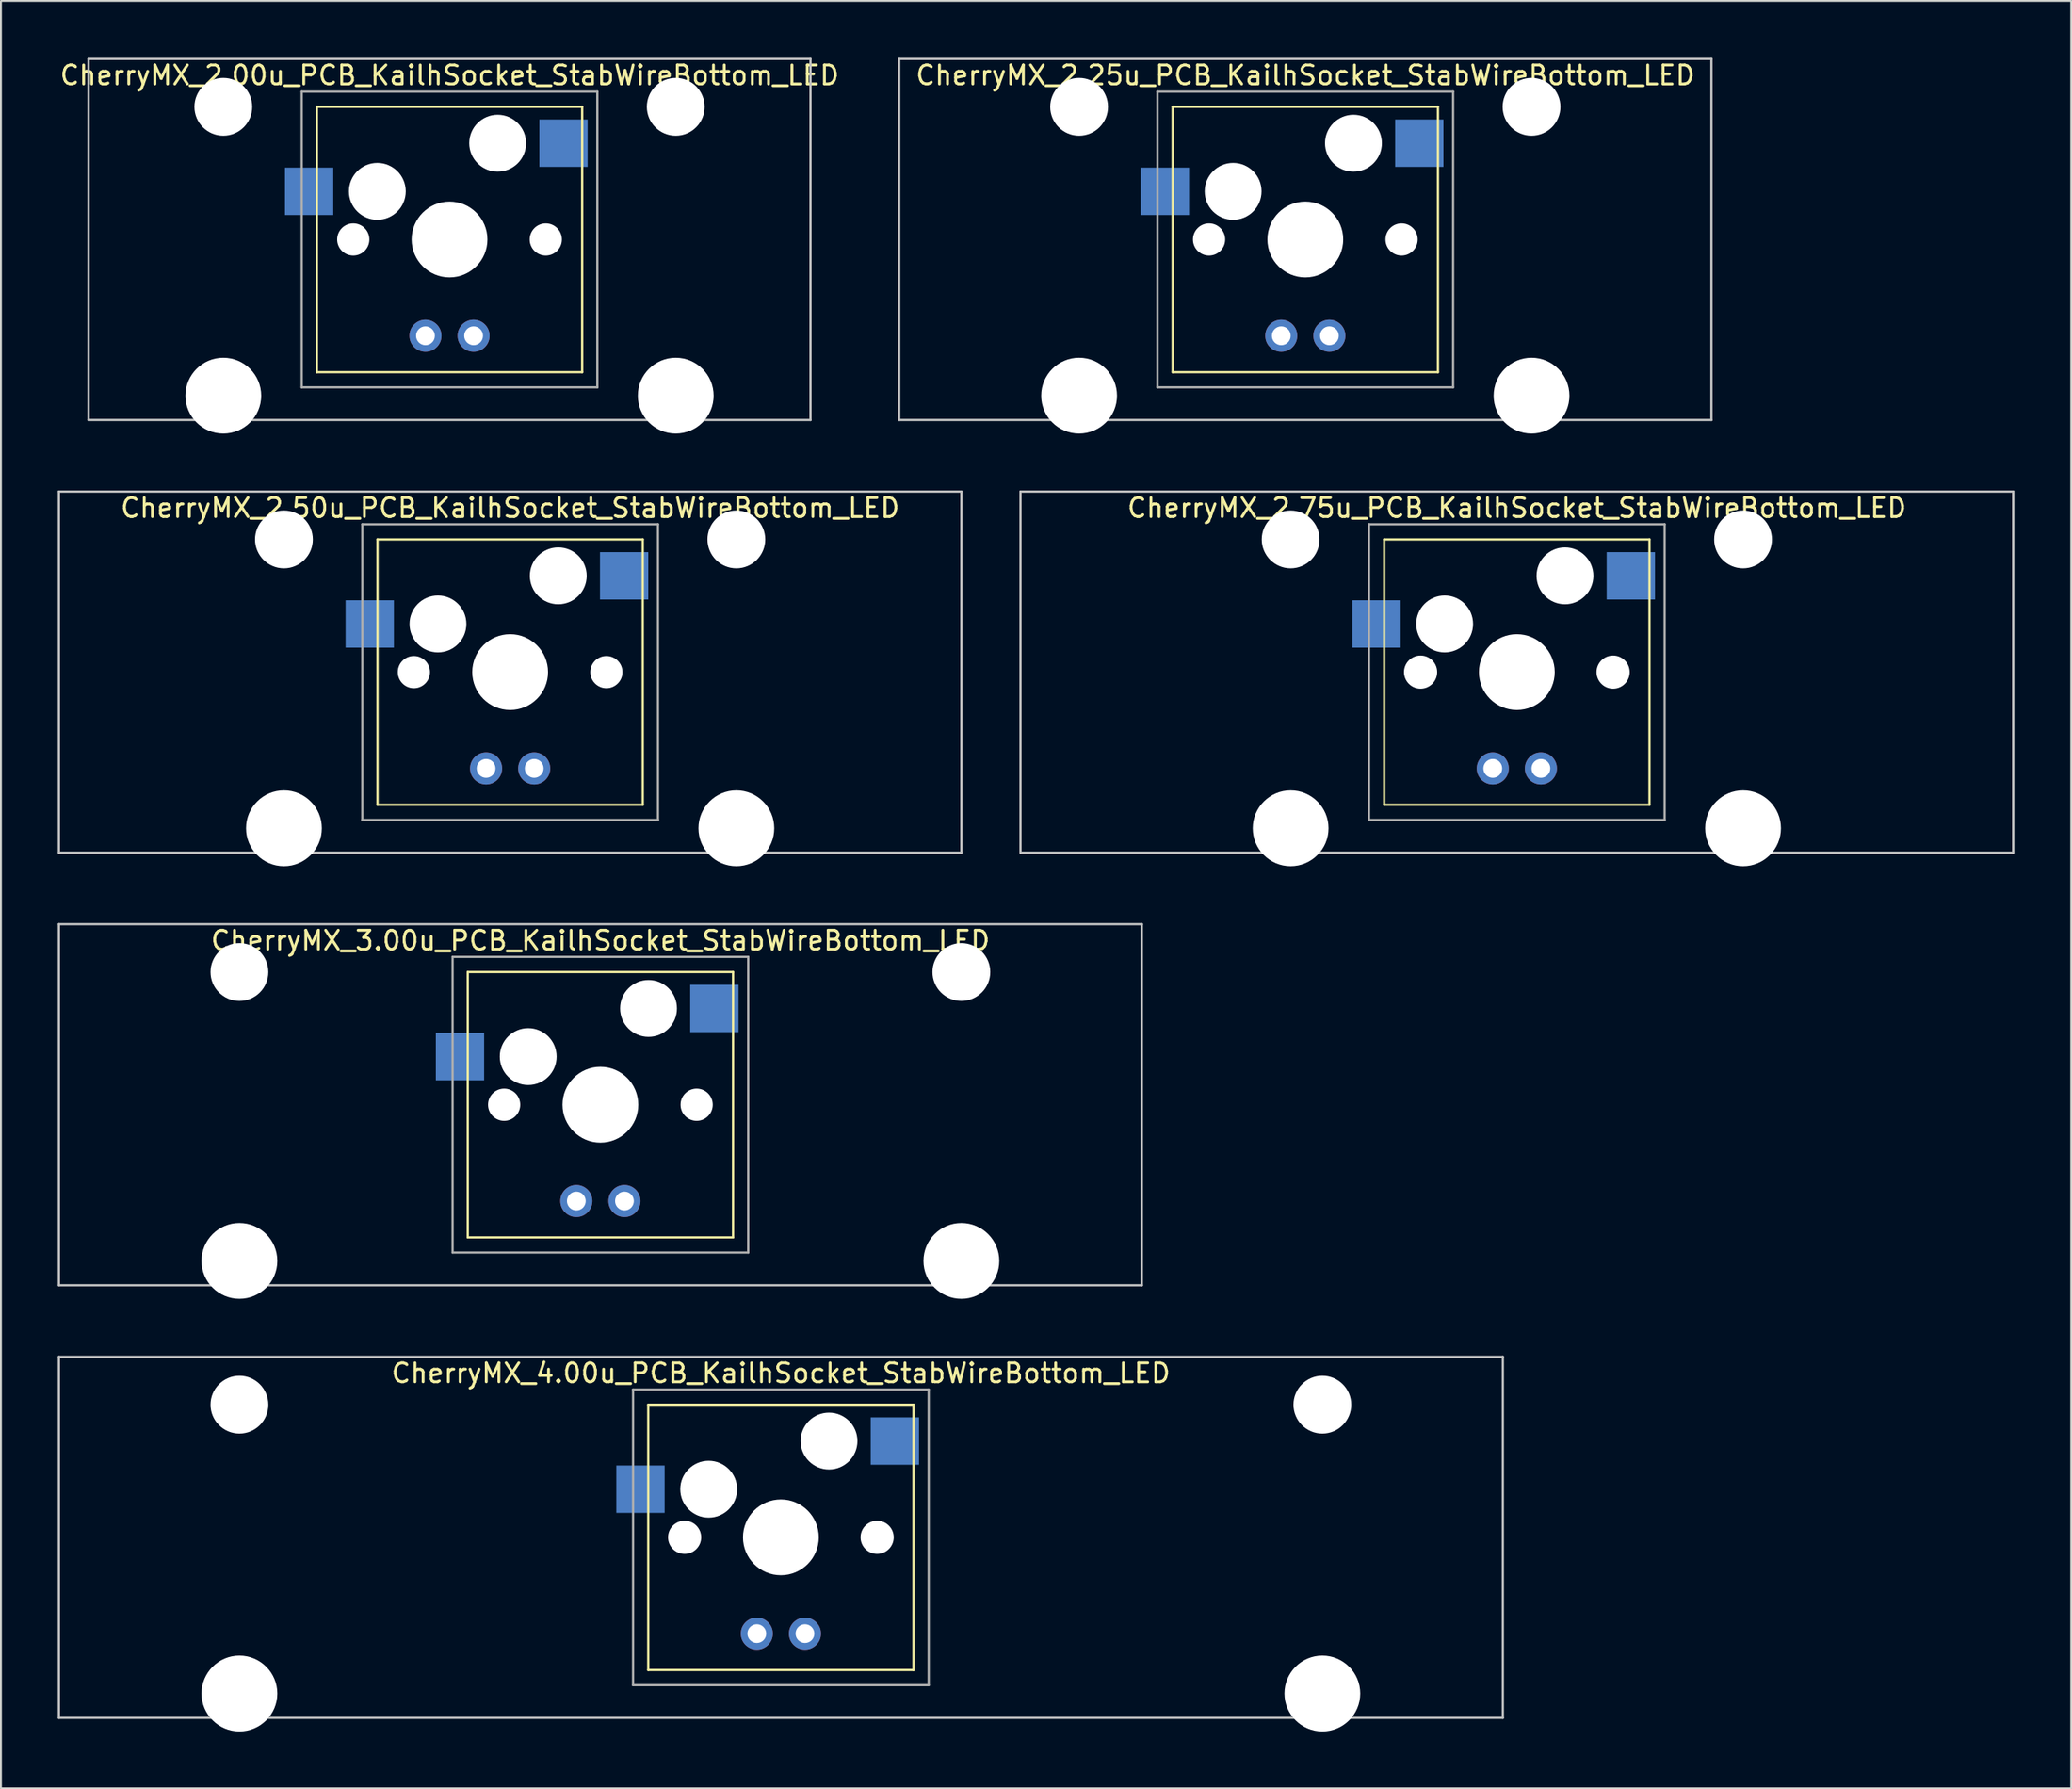
<source format=kicad_pcb>
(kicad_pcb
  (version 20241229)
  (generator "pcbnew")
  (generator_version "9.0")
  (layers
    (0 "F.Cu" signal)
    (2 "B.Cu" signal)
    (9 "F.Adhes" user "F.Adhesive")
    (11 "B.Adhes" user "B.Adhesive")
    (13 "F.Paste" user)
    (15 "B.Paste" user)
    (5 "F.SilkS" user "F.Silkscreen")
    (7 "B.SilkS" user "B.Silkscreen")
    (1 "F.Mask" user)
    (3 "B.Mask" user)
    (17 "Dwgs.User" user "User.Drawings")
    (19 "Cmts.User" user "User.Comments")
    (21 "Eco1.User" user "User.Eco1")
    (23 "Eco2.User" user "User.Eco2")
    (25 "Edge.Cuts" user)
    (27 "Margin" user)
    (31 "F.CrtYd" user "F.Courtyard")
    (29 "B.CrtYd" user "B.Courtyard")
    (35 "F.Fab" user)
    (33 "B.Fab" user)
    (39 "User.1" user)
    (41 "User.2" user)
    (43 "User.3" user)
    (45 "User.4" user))
  (footprint "CherryMX_2.00u_PCB_KailhSocket_StabWireBottom_LED"
    (layer "F.Cu")
    (at 20.673 9.585)
    (property "Reference" "CherryMX_2.00u_PCB_KailhSocket_StabWireBottom_LED" (at 0 -8.662 0) (layer "F.SilkS") (effects (font (size 1 1) (thickness 0.15))))
    (attr through_hole)
    (fp_line (start -7 -7) (end -7 7) (stroke (width 0.12) (type solid)) (layer "F.SilkS"))
    (fp_line (start -7 -7) (end 7 -7) (stroke (width 0.12) (type solid)) (layer "F.SilkS"))
    (fp_line (start 7 -7) (end 7 7) (stroke (width 0.12) (type solid)) (layer "F.SilkS"))
    (fp_line (start 7 7) (end -7 7) (stroke (width 0.12) (type solid)) (layer "F.SilkS"))
    (fp_line (start -19.05 -9.525) (end 19.05 -9.525) (stroke (width 0.12) (type solid)) (layer "Dwgs.User"))
    (fp_line (start -19.05 9.525) (end -19.05 -9.525) (stroke (width 0.12) (type solid)) (layer "Dwgs.User"))
    (fp_line (start 19.05 -9.525) (end 19.05 9.525) (stroke (width 0.12) (type solid)) (layer "Dwgs.User"))
    (fp_line (start 19.05 9.525) (end -19.05 9.525) (stroke (width 0.12) (type solid)) (layer "Dwgs.User"))
    (fp_line (start -7.8 -7.8) (end -7.8 7.8) (stroke (width 0.12) (type solid)) (layer "F.Fab"))
    (fp_line (start -7.8 -7.8) (end 7.8 -7.8) (stroke (width 0.12) (type solid)) (layer "F.Fab"))
    (fp_line (start -7.8 7.8) (end 7.8 7.8) (stroke (width 0.12) (type solid)) (layer "F.Fab"))
    (fp_line (start 7.8 -7.8) (end 7.8 7.8) (stroke (width 0.12) (type solid)) (layer "F.Fab"))
    (pad "" np_thru_hole circle (at -11.938 -7) (size 3.05 3.05) (drill 3.05) (layers "*.Cu" "*.Mask"))
    (pad "" np_thru_hole circle (at -11.938 8.24) (size 4 4) (drill 4) (layers "*.Cu" "*.Mask"))
    (pad "" np_thru_hole circle (at -5.08 0) (size 1.7 1.7) (drill 1.7) (layers "*.Cu" "*.Mask"))
    (pad "" np_thru_hole circle (at -3.81 -2.54) (size 3 3) (drill 3) (layers "*.Cu" "*.Mask"))
    (pad "" np_thru_hole circle (at 0 0) (size 4 4) (drill 4) (layers "*.Cu" "*.Mask"))
    (pad "" np_thru_hole circle (at 2.54 -5.08) (size 3 3) (drill 3) (layers "*.Cu" "*.Mask"))
    (pad "" np_thru_hole circle (at 5.08 0) (size 1.7 1.7) (drill 1.7) (layers "*.Cu" "*.Mask"))
    (pad "" np_thru_hole circle (at 11.938 -7) (size 3.05 3.05) (drill 3.05) (layers "*.Cu" "*.Mask"))
    (pad "" np_thru_hole circle (at 11.938 8.24) (size 4 4) (drill 4) (layers "*.Cu" "*.Mask"))
    (pad "1" smd rect (at -7.41 -2.54) (size 2.55 2.5) (layers "B.Cu" "B.Mask" "B.Paste"))
    (pad "2" smd rect (at 6.015 -5.08) (size 2.55 2.5) (layers "B.Cu" "B.Mask" "B.Paste"))
    (pad "3" thru_hole circle (at -1.27 5.08) (size 1.691 1.691) (drill 0.991) (layers "*.Cu" "*.Mask"))
    (pad "4" thru_hole circle (at 1.27 5.08) (size 1.691 1.691) (drill 0.991) (layers "*.Cu" "*.Mask")))
  (footprint "CherryMX_2.75u_PCB_KailhSocket_StabWireBottom_LED"
    (layer "F.Cu")
    (at 76.999 32.41)
    (property "Reference" "CherryMX_2.75u_PCB_KailhSocket_StabWireBottom_LED" (at 0 -8.662 0) (layer "F.SilkS") (effects (font (size 1 1) (thickness 0.15))))
    (attr through_hole)
    (fp_line (start -7 -7) (end -7 7) (stroke (width 0.12) (type solid)) (layer "F.SilkS"))
    (fp_line (start -7 -7) (end 7 -7) (stroke (width 0.12) (type solid)) (layer "F.SilkS"))
    (fp_line (start 7 -7) (end 7 7) (stroke (width 0.12) (type solid)) (layer "F.SilkS"))
    (fp_line (start 7 7) (end -7 7) (stroke (width 0.12) (type solid)) (layer "F.SilkS"))
    (fp_line (start -26.194 -9.525) (end 26.194 -9.525) (stroke (width 0.12) (type solid)) (layer "Dwgs.User"))
    (fp_line (start -26.194 9.525) (end -26.194 -9.525) (stroke (width 0.12) (type solid)) (layer "Dwgs.User"))
    (fp_line (start 26.194 -9.525) (end 26.194 9.525) (stroke (width 0.12) (type solid)) (layer "Dwgs.User"))
    (fp_line (start 26.194 9.525) (end -26.194 9.525) (stroke (width 0.12) (type solid)) (layer "Dwgs.User"))
    (fp_line (start -7.8 -7.8) (end -7.8 7.8) (stroke (width 0.12) (type solid)) (layer "F.Fab"))
    (fp_line (start -7.8 -7.8) (end 7.8 -7.8) (stroke (width 0.12) (type solid)) (layer "F.Fab"))
    (fp_line (start -7.8 7.8) (end 7.8 7.8) (stroke (width 0.12) (type solid)) (layer "F.Fab"))
    (fp_line (start 7.8 -7.8) (end 7.8 7.8) (stroke (width 0.12) (type solid)) (layer "F.Fab"))
    (pad "" np_thru_hole circle (at -11.938 -7) (size 3.05 3.05) (drill 3.05) (layers "*.Cu" "*.Mask"))
    (pad "" np_thru_hole circle (at -11.938 8.24) (size 4 4) (drill 4) (layers "*.Cu" "*.Mask"))
    (pad "" np_thru_hole circle (at -5.08 0) (size 1.75 1.75) (drill 1.75) (layers "*.Cu" "*.Mask"))
    (pad "" np_thru_hole circle (at -3.81 -2.54) (size 3 3) (drill 3) (layers "*.Cu" "*.Mask"))
    (pad "" np_thru_hole circle (at 0 0) (size 4 4) (drill 4) (layers "*.Cu" "*.Mask"))
    (pad "" np_thru_hole circle (at 2.54 -5.08) (size 3 3) (drill 3) (layers "*.Cu" "*.Mask"))
    (pad "" np_thru_hole circle (at 5.08 0) (size 1.75 1.75) (drill 1.75) (layers "*.Cu" "*.Mask"))
    (pad "" np_thru_hole circle (at 11.938 -7) (size 3.05 3.05) (drill 3.05) (layers "*.Cu" "*.Mask"))
    (pad "" np_thru_hole circle (at 11.938 8.24) (size 4 4) (drill 4) (layers "*.Cu" "*.Mask"))
    (pad "1" smd rect (at -7.41 -2.54) (size 2.55 2.5) (layers "B.Cu" "B.Mask" "B.Paste"))
    (pad "2" smd rect (at 6.015 -5.08) (size 2.55 2.5) (layers "B.Cu" "B.Mask" "B.Paste"))
    (pad "3" thru_hole circle (at -1.27 5.08) (size 1.691 1.691) (drill 0.991) (layers "*.Cu" "*.Mask"))
    (pad "4" thru_hole circle (at 1.27 5.08) (size 1.691 1.691) (drill 0.991) (layers "*.Cu" "*.Mask")))
  (footprint "CherryMX_4.00u_PCB_KailhSocket_StabWireBottom_LED"
    (layer "F.Cu")
    (at 38.16 78.06)
    (property "Reference" "CherryMX_4.00u_PCB_KailhSocket_StabWireBottom_LED" (at 0 -8.662 0) (layer "F.SilkS") (effects (font (size 1 1) (thickness 0.15))))
    (attr through_hole)
    (fp_line (start -7 -7) (end -7 7) (stroke (width 0.12) (type solid)) (layer "F.SilkS"))
    (fp_line (start -7 -7) (end 7 -7) (stroke (width 0.12) (type solid)) (layer "F.SilkS"))
    (fp_line (start 7 -7) (end 7 7) (stroke (width 0.12) (type solid)) (layer "F.SilkS"))
    (fp_line (start 7 7) (end -7 7) (stroke (width 0.12) (type solid)) (layer "F.SilkS"))
    (fp_line (start -38.1 -9.525) (end 38.1 -9.525) (stroke (width 0.12) (type solid)) (layer "Dwgs.User"))
    (fp_line (start -38.1 9.525) (end -38.1 -9.525) (stroke (width 0.12) (type solid)) (layer "Dwgs.User"))
    (fp_line (start 38.1 -9.525) (end 38.1 9.525) (stroke (width 0.12) (type solid)) (layer "Dwgs.User"))
    (fp_line (start 38.1 9.525) (end -38.1 9.525) (stroke (width 0.12) (type solid)) (layer "Dwgs.User"))
    (fp_line (start -7.8 -7.8) (end -7.8 7.8) (stroke (width 0.12) (type solid)) (layer "F.Fab"))
    (fp_line (start -7.8 -7.8) (end 7.8 -7.8) (stroke (width 0.12) (type solid)) (layer "F.Fab"))
    (fp_line (start -7.8 7.8) (end 7.8 7.8) (stroke (width 0.12) (type solid)) (layer "F.Fab"))
    (fp_line (start 7.8 -7.8) (end 7.8 7.8) (stroke (width 0.12) (type solid)) (layer "F.Fab"))
    (pad "" np_thru_hole circle (at -28.575 -7) (size 3.05 3.05) (drill 3.05) (layers "*.Cu" "*.Mask"))
    (pad "" np_thru_hole circle (at -28.575 8.24) (size 4 4) (drill 4) (layers "*.Cu" "*.Mask"))
    (pad "" np_thru_hole circle (at -5.08 0) (size 1.75 1.75) (drill 1.75) (layers "*.Cu" "*.Mask"))
    (pad "" np_thru_hole circle (at -3.81 -2.54) (size 3 3) (drill 3) (layers "*.Cu" "*.Mask"))
    (pad "" np_thru_hole circle (at 0 0) (size 4 4) (drill 4) (layers "*.Cu" "*.Mask"))
    (pad "" np_thru_hole circle (at 2.54 -5.08) (size 3 3) (drill 3) (layers "*.Cu" "*.Mask"))
    (pad "" np_thru_hole circle (at 5.08 0) (size 1.75 1.75) (drill 1.75) (layers "*.Cu" "*.Mask"))
    (pad "" np_thru_hole circle (at 28.575 -7) (size 3.05 3.05) (drill 3.05) (layers "*.Cu" "*.Mask"))
    (pad "" np_thru_hole circle (at 28.575 8.24) (size 4 4) (drill 4) (layers "*.Cu" "*.Mask"))
    (pad "1" smd rect (at -7.41 -2.54) (size 2.55 2.5) (layers "B.Cu" "B.Mask" "B.Paste"))
    (pad "2" smd rect (at 6.015 -5.08) (size 2.55 2.5) (layers "B.Cu" "B.Mask" "B.Paste"))
    (pad "3" thru_hole circle (at -1.27 5.08) (size 1.691 1.691) (drill 0.991) (layers "*.Cu" "*.Mask"))
    (pad "4" thru_hole circle (at 1.27 5.08) (size 1.691 1.691) (drill 0.991) (layers "*.Cu" "*.Mask")))
  (footprint "CherryMX_3.00u_PCB_KailhSocket_StabWireBottom_LED"
    (layer "F.Cu")
    (at 28.635 55.235)
    (property "Reference" "CherryMX_3.00u_PCB_KailhSocket_StabWireBottom_LED" (at 0 -8.662 0) (layer "F.SilkS") (effects (font (size 1 1) (thickness 0.15))))
    (attr through_hole)
    (fp_line (start -7 -7) (end -7 7) (stroke (width 0.12) (type solid)) (layer "F.SilkS"))
    (fp_line (start -7 -7) (end 7 -7) (stroke (width 0.12) (type solid)) (layer "F.SilkS"))
    (fp_line (start 7 -7) (end 7 7) (stroke (width 0.12) (type solid)) (layer "F.SilkS"))
    (fp_line (start 7 7) (end -7 7) (stroke (width 0.12) (type solid)) (layer "F.SilkS"))
    (fp_line (start -28.575 -9.525) (end 28.575 -9.525) (stroke (width 0.12) (type solid)) (layer "Dwgs.User"))
    (fp_line (start -28.575 9.525) (end -28.575 -9.525) (stroke (width 0.12) (type solid)) (layer "Dwgs.User"))
    (fp_line (start 28.575 -9.525) (end 28.575 9.525) (stroke (width 0.12) (type solid)) (layer "Dwgs.User"))
    (fp_line (start 28.575 9.525) (end -28.575 9.525) (stroke (width 0.12) (type solid)) (layer "Dwgs.User"))
    (fp_line (start -7.8 -7.8) (end -7.8 7.8) (stroke (width 0.12) (type solid)) (layer "F.Fab"))
    (fp_line (start -7.8 -7.8) (end 7.8 -7.8) (stroke (width 0.12) (type solid)) (layer "F.Fab"))
    (fp_line (start -7.8 7.8) (end 7.8 7.8) (stroke (width 0.12) (type solid)) (layer "F.Fab"))
    (fp_line (start 7.8 -7.8) (end 7.8 7.8) (stroke (width 0.12) (type solid)) (layer "F.Fab"))
    (pad "" np_thru_hole circle (at -19.05 -7) (size 3.05 3.05) (drill 3.05) (layers "*.Cu" "*.Mask"))
    (pad "" np_thru_hole circle (at -19.05 8.24) (size 4 4) (drill 4) (layers "*.Cu" "*.Mask"))
    (pad "" np_thru_hole circle (at -5.08 0) (size 1.7 1.7) (drill 1.7) (layers "*.Cu" "*.Mask"))
    (pad "" np_thru_hole circle (at -3.81 -2.54) (size 3 3) (drill 3) (layers "*.Cu" "*.Mask"))
    (pad "" np_thru_hole circle (at 0 0) (size 4 4) (drill 4) (layers "*.Cu" "*.Mask"))
    (pad "" np_thru_hole circle (at 2.54 -5.08) (size 3 3) (drill 3) (layers "*.Cu" "*.Mask"))
    (pad "" np_thru_hole circle (at 5.08 0) (size 1.7 1.7) (drill 1.7) (layers "*.Cu" "*.Mask"))
    (pad "" np_thru_hole circle (at 19.05 -7) (size 3.05 3.05) (drill 3.05) (layers "*.Cu" "*.Mask"))
    (pad "" np_thru_hole circle (at 19.05 8.24) (size 4 4) (drill 4) (layers "*.Cu" "*.Mask"))
    (pad "1" smd rect (at -7.41 -2.54) (size 2.55 2.5) (layers "B.Cu" "B.Mask" "B.Paste"))
    (pad "2" smd rect (at 6.015 -5.08) (size 2.55 2.5) (layers "B.Cu" "B.Mask" "B.Paste"))
    (pad "3" thru_hole circle (at -1.27 5.08) (size 1.691 1.691) (drill 0.991) (layers "*.Cu" "*.Mask"))
    (pad "4" thru_hole circle (at 1.27 5.08) (size 1.691 1.691) (drill 0.991) (layers "*.Cu" "*.Mask")))
  (footprint "CherryMX_2.50u_PCB_KailhSocket_StabWireBottom_LED"
    (layer "F.Cu")
    (at 23.872 32.41)
    (property "Reference" "CherryMX_2.50u_PCB_KailhSocket_StabWireBottom_LED" (at 0 -8.662 0) (layer "F.SilkS") (effects (font (size 1 1) (thickness 0.15))))
    (attr through_hole)
    (fp_line (start -7 -7) (end -7 7) (stroke (width 0.12) (type solid)) (layer "F.SilkS"))
    (fp_line (start -7 -7) (end 7 -7) (stroke (width 0.12) (type solid)) (layer "F.SilkS"))
    (fp_line (start 7 -7) (end 7 7) (stroke (width 0.12) (type solid)) (layer "F.SilkS"))
    (fp_line (start 7 7) (end -7 7) (stroke (width 0.12) (type solid)) (layer "F.SilkS"))
    (fp_line (start -23.812 -9.525) (end 23.812 -9.525) (stroke (width 0.12) (type solid)) (layer "Dwgs.User"))
    (fp_line (start -23.812 9.525) (end -23.812 -9.525) (stroke (width 0.12) (type solid)) (layer "Dwgs.User"))
    (fp_line (start 23.812 -9.525) (end 23.812 9.525) (stroke (width 0.12) (type solid)) (layer "Dwgs.User"))
    (fp_line (start 23.812 9.525) (end -23.812 9.525) (stroke (width 0.12) (type solid)) (layer "Dwgs.User"))
    (fp_line (start -7.8 -7.8) (end -7.8 7.8) (stroke (width 0.12) (type solid)) (layer "F.Fab"))
    (fp_line (start -7.8 -7.8) (end 7.8 -7.8) (stroke (width 0.12) (type solid)) (layer "F.Fab"))
    (fp_line (start -7.8 7.8) (end 7.8 7.8) (stroke (width 0.12) (type solid)) (layer "F.Fab"))
    (fp_line (start 7.8 -7.8) (end 7.8 7.8) (stroke (width 0.12) (type solid)) (layer "F.Fab"))
    (pad "" np_thru_hole circle (at -11.938 -7) (size 3.05 3.05) (drill 3.05) (layers "*.Cu" "*.Mask"))
    (pad "" np_thru_hole circle (at -11.938 8.24) (size 4 4) (drill 4) (layers "*.Cu" "*.Mask"))
    (pad "" np_thru_hole circle (at -5.08 0) (size 1.7 1.7) (drill 1.7) (layers "*.Cu" "*.Mask"))
    (pad "" np_thru_hole circle (at -3.81 -2.54) (size 3 3) (drill 3) (layers "*.Cu" "*.Mask"))
    (pad "" np_thru_hole circle (at 0 0) (size 4 4) (drill 4) (layers "*.Cu" "*.Mask"))
    (pad "" np_thru_hole circle (at 2.54 -5.08) (size 3 3) (drill 3) (layers "*.Cu" "*.Mask"))
    (pad "" np_thru_hole circle (at 5.08 0) (size 1.7 1.7) (drill 1.7) (layers "*.Cu" "*.Mask"))
    (pad "" np_thru_hole circle (at 11.938 -7) (size 3.05 3.05) (drill 3.05) (layers "*.Cu" "*.Mask"))
    (pad "" np_thru_hole circle (at 11.938 8.24) (size 4 4) (drill 4) (layers "*.Cu" "*.Mask"))
    (pad "1" smd rect (at -7.41 -2.54) (size 2.55 2.5) (layers "B.Cu" "B.Mask" "B.Paste"))
    (pad "2" smd rect (at 6.015 -5.08) (size 2.55 2.5) (layers "B.Cu" "B.Mask" "B.Paste"))
    (pad "3" thru_hole circle (at -1.27 5.08) (size 1.691 1.691) (drill 0.991) (layers "*.Cu" "*.Mask"))
    (pad "4" thru_hole circle (at 1.27 5.08) (size 1.691 1.691) (drill 0.991) (layers "*.Cu" "*.Mask")))
  (footprint "CherryMX_2.25u_PCB_KailhSocket_StabWireBottom_LED"
    (layer "F.Cu")
    (at 65.836 9.585)
    (property "Reference" "CherryMX_2.25u_PCB_KailhSocket_StabWireBottom_LED" (at 0 -8.662 0) (layer "F.SilkS") (effects (font (size 1 1) (thickness 0.15))))
    (attr through_hole)
    (fp_line (start -7 -7) (end -7 7) (stroke (width 0.12) (type solid)) (layer "F.SilkS"))
    (fp_line (start -7 -7) (end 7 -7) (stroke (width 0.12) (type solid)) (layer "F.SilkS"))
    (fp_line (start 7 -7) (end 7 7) (stroke (width 0.12) (type solid)) (layer "F.SilkS"))
    (fp_line (start 7 7) (end -7 7) (stroke (width 0.12) (type solid)) (layer "F.SilkS"))
    (fp_line (start -21.431 -9.525) (end 21.431 -9.525) (stroke (width 0.12) (type solid)) (layer "Dwgs.User"))
    (fp_line (start -21.431 9.525) (end -21.431 -9.525) (stroke (width 0.12) (type solid)) (layer "Dwgs.User"))
    (fp_line (start 21.431 -9.525) (end 21.431 9.525) (stroke (width 0.12) (type solid)) (layer "Dwgs.User"))
    (fp_line (start 21.431 9.525) (end -21.431 9.525) (stroke (width 0.12) (type solid)) (layer "Dwgs.User"))
    (fp_line (start -7.8 -7.8) (end -7.8 7.8) (stroke (width 0.12) (type solid)) (layer "F.Fab"))
    (fp_line (start -7.8 -7.8) (end 7.8 -7.8) (stroke (width 0.12) (type solid)) (layer "F.Fab"))
    (fp_line (start -7.8 7.8) (end 7.8 7.8) (stroke (width 0.12) (type solid)) (layer "F.Fab"))
    (fp_line (start 7.8 -7.8) (end 7.8 7.8) (stroke (width 0.12) (type solid)) (layer "F.Fab"))
    (pad "" np_thru_hole circle (at -11.938 -7) (size 3.05 3.05) (drill 3.05) (layers "*.Cu" "*.Mask"))
    (pad "" np_thru_hole circle (at -11.938 8.24) (size 4 4) (drill 4) (layers "*.Cu" "*.Mask"))
    (pad "" np_thru_hole circle (at -5.08 0) (size 1.7 1.7) (drill 1.7) (layers "*.Cu" "*.Mask"))
    (pad "" np_thru_hole circle (at -3.81 -2.54) (size 3 3) (drill 3) (layers "*.Cu" "*.Mask"))
    (pad "" np_thru_hole circle (at 0 0) (size 4 4) (drill 4) (layers "*.Cu" "*.Mask"))
    (pad "" np_thru_hole circle (at 2.54 -5.08) (size 3 3) (drill 3) (layers "*.Cu" "*.Mask"))
    (pad "" np_thru_hole circle (at 5.08 0) (size 1.7 1.7) (drill 1.7) (layers "*.Cu" "*.Mask"))
    (pad "" np_thru_hole circle (at 11.938 -7) (size 3.05 3.05) (drill 3.05) (layers "*.Cu" "*.Mask"))
    (pad "" np_thru_hole circle (at 11.938 8.24) (size 4 4) (drill 4) (layers "*.Cu" "*.Mask"))
    (pad "1" smd rect (at -7.41 -2.54) (size 2.55 2.5) (layers "B.Cu" "B.Mask" "B.Paste"))
    (pad "2" smd rect (at 6.015 -5.08) (size 2.55 2.5) (layers "B.Cu" "B.Mask" "B.Paste"))
    (pad "3" thru_hole circle (at -1.27 5.08) (size 1.691 1.691) (drill 0.991) (layers "*.Cu" "*.Mask"))
    (pad "4" thru_hole circle (at 1.27 5.08) (size 1.691 1.691) (drill 0.991) (layers "*.Cu" "*.Mask")))
  (gr_rect
    (start -3 -3)
    (end 106.252 91.3)
    (stroke (width 0.1) (type default))
    (fill no)
    (layer "Edge.Cuts")))
</source>
